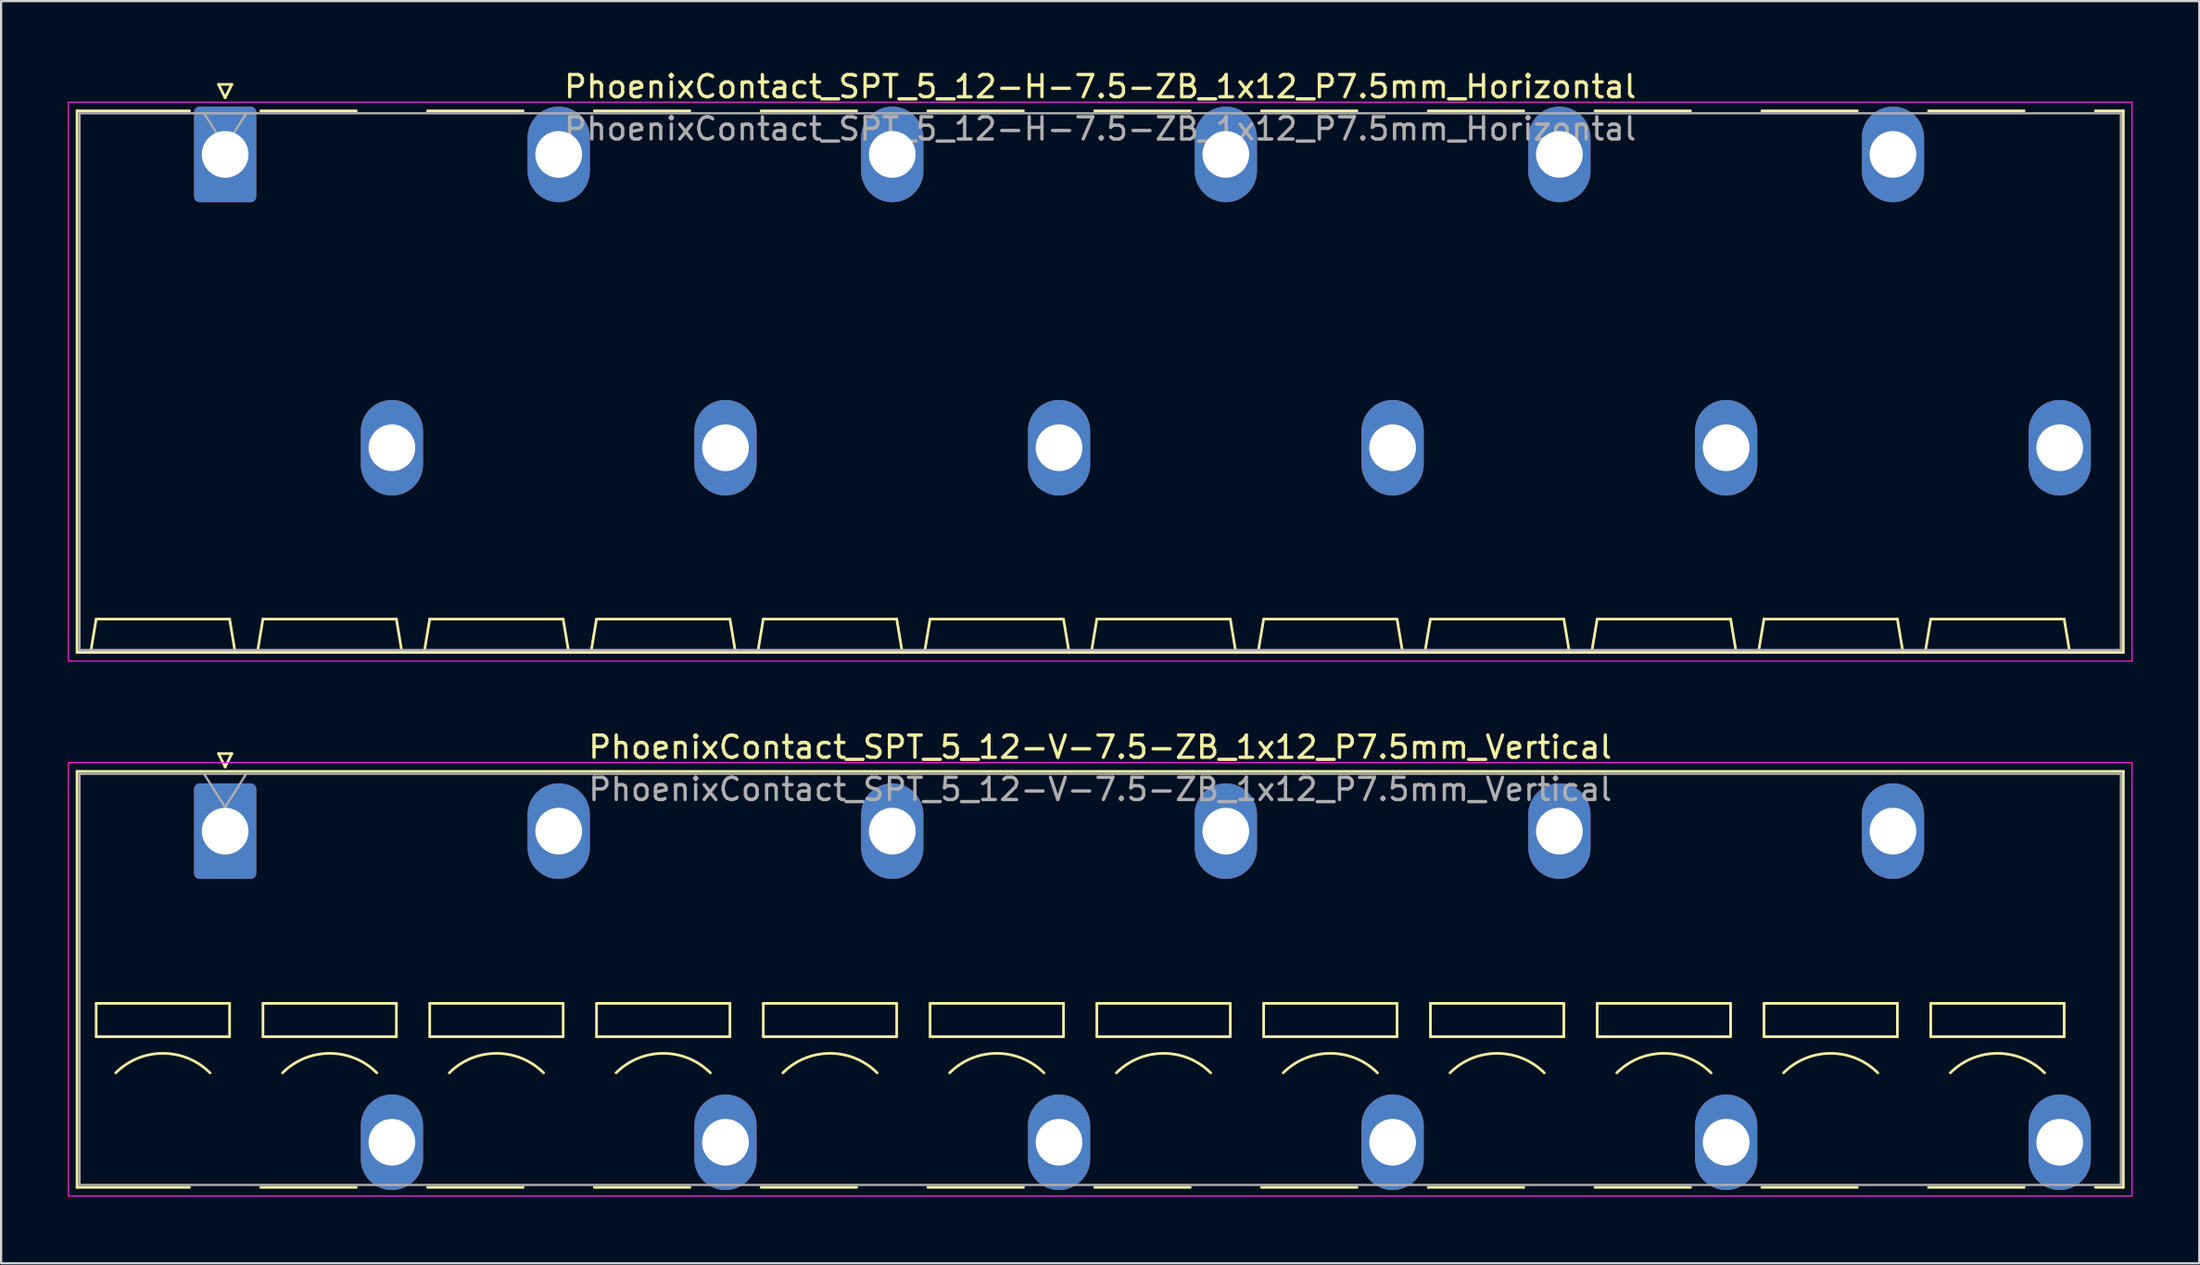
<source format=kicad_pcb>
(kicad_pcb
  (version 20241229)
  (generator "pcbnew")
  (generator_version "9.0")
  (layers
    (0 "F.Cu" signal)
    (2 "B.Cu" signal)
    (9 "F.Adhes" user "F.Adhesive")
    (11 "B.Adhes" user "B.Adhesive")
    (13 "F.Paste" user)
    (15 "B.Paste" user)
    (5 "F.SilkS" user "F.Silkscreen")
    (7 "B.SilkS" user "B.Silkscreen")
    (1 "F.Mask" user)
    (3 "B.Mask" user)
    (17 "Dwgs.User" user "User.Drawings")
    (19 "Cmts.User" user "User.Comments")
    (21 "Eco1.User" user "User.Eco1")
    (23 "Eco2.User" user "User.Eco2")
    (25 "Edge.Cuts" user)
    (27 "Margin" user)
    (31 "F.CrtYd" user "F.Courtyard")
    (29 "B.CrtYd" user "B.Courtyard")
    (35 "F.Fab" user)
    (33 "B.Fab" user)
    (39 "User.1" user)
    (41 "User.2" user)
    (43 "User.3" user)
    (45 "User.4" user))
  (footprint "PhoenixContact_SPT_5_12-H-7.5-ZB_1x12_P7.5mm_Horizontal"
    (layer "F.Cu")
    (at 7.075 3.898)
    (property "Reference" "PhoenixContact_SPT_5_12-H-7.5-ZB_1x12_P7.5mm_Horizontal" (at 39.35 -3.05 0) (layer "F.SilkS") (effects (font (size 1 1) (thickness 0.15))))
    (attr through_hole)
    (fp_line (start -6.66 -1.96) (end -1.6 -1.96) (stroke (width 0.12) (type solid)) (layer "F.SilkS"))
    (fp_line (start -6.66 22.41) (end -6.66 -1.96) (stroke (width 0.12) (type solid)) (layer "F.SilkS"))
    (fp_line (start -6.05 22.41) (end -5.8 20.91) (stroke (width 0.12) (type solid)) (layer "F.SilkS"))
    (fp_line (start -5.8 20.91) (end 0.2 20.91) (stroke (width 0.12) (type solid)) (layer "F.SilkS"))
    (fp_line (start -0.3 -3.15) (end 0 -2.55) (stroke (width 0.12) (type solid)) (layer "F.SilkS"))
    (fp_line (start -0.3 -3.15) (end 0.3 -3.15) (stroke (width 0.12) (type solid)) (layer "F.SilkS"))
    (fp_line (start 0.3 -3.15) (end 0 -2.55) (stroke (width 0.12) (type solid)) (layer "F.SilkS"))
    (fp_line (start 0.45 22.41) (end 0.2 20.91) (stroke (width 0.12) (type solid)) (layer "F.SilkS"))
    (fp_line (start 1.45 22.41) (end 1.7 20.91) (stroke (width 0.12) (type solid)) (layer "F.SilkS"))
    (fp_line (start 1.6 -1.96) (end 5.9 -1.96) (stroke (width 0.12) (type solid)) (layer "F.SilkS"))
    (fp_line (start 1.7 20.91) (end 7.7 20.91) (stroke (width 0.12) (type solid)) (layer "F.SilkS"))
    (fp_line (start 7.95 22.41) (end 7.7 20.91) (stroke (width 0.12) (type solid)) (layer "F.SilkS"))
    (fp_line (start 8.95 22.41) (end 9.2 20.91) (stroke (width 0.12) (type solid)) (layer "F.SilkS"))
    (fp_line (start 9.1 -1.96) (end 13.4 -1.96) (stroke (width 0.12) (type solid)) (layer "F.SilkS"))
    (fp_line (start 9.2 20.91) (end 15.2 20.91) (stroke (width 0.12) (type solid)) (layer "F.SilkS"))
    (fp_line (start 15.45 22.41) (end 15.2 20.91) (stroke (width 0.12) (type solid)) (layer "F.SilkS"))
    (fp_line (start 16.45 22.41) (end 16.7 20.91) (stroke (width 0.12) (type solid)) (layer "F.SilkS"))
    (fp_line (start 16.6 -1.96) (end 20.9 -1.96) (stroke (width 0.12) (type solid)) (layer "F.SilkS"))
    (fp_line (start 16.7 20.91) (end 22.7 20.91) (stroke (width 0.12) (type solid)) (layer "F.SilkS"))
    (fp_line (start 22.95 22.41) (end 22.7 20.91) (stroke (width 0.12) (type solid)) (layer "F.SilkS"))
    (fp_line (start 23.95 22.41) (end 24.2 20.91) (stroke (width 0.12) (type solid)) (layer "F.SilkS"))
    (fp_line (start 24.1 -1.96) (end 28.4 -1.96) (stroke (width 0.12) (type solid)) (layer "F.SilkS"))
    (fp_line (start 24.2 20.91) (end 30.2 20.91) (stroke (width 0.12) (type solid)) (layer "F.SilkS"))
    (fp_line (start 30.45 22.41) (end 30.2 20.91) (stroke (width 0.12) (type solid)) (layer "F.SilkS"))
    (fp_line (start 31.45 22.41) (end 31.7 20.91) (stroke (width 0.12) (type solid)) (layer "F.SilkS"))
    (fp_line (start 31.6 -1.96) (end 35.9 -1.96) (stroke (width 0.12) (type solid)) (layer "F.SilkS"))
    (fp_line (start 31.7 20.91) (end 37.7 20.91) (stroke (width 0.12) (type solid)) (layer "F.SilkS"))
    (fp_line (start 37.95 22.41) (end 37.7 20.91) (stroke (width 0.12) (type solid)) (layer "F.SilkS"))
    (fp_line (start 38.95 22.41) (end 39.2 20.91) (stroke (width 0.12) (type solid)) (layer "F.SilkS"))
    (fp_line (start 39.1 -1.96) (end 43.4 -1.96) (stroke (width 0.12) (type solid)) (layer "F.SilkS"))
    (fp_line (start 39.2 20.91) (end 45.2 20.91) (stroke (width 0.12) (type solid)) (layer "F.SilkS"))
    (fp_line (start 45.45 22.41) (end 45.2 20.91) (stroke (width 0.12) (type solid)) (layer "F.SilkS"))
    (fp_line (start 46.45 22.41) (end 46.7 20.91) (stroke (width 0.12) (type solid)) (layer "F.SilkS"))
    (fp_line (start 46.6 -1.96) (end 50.9 -1.96) (stroke (width 0.12) (type solid)) (layer "F.SilkS"))
    (fp_line (start 46.7 20.91) (end 52.7 20.91) (stroke (width 0.12) (type solid)) (layer "F.SilkS"))
    (fp_line (start 52.95 22.41) (end 52.7 20.91) (stroke (width 0.12) (type solid)) (layer "F.SilkS"))
    (fp_line (start 53.95 22.41) (end 54.2 20.91) (stroke (width 0.12) (type solid)) (layer "F.SilkS"))
    (fp_line (start 54.1 -1.96) (end 58.4 -1.96) (stroke (width 0.12) (type solid)) (layer "F.SilkS"))
    (fp_line (start 54.2 20.91) (end 60.2 20.91) (stroke (width 0.12) (type solid)) (layer "F.SilkS"))
    (fp_line (start 60.45 22.41) (end 60.2 20.91) (stroke (width 0.12) (type solid)) (layer "F.SilkS"))
    (fp_line (start 61.45 22.41) (end 61.7 20.91) (stroke (width 0.12) (type solid)) (layer "F.SilkS"))
    (fp_line (start 61.6 -1.96) (end 65.9 -1.96) (stroke (width 0.12) (type solid)) (layer "F.SilkS"))
    (fp_line (start 61.7 20.91) (end 67.7 20.91) (stroke (width 0.12) (type solid)) (layer "F.SilkS"))
    (fp_line (start 67.95 22.41) (end 67.7 20.91) (stroke (width 0.12) (type solid)) (layer "F.SilkS"))
    (fp_line (start 68.95 22.41) (end 69.2 20.91) (stroke (width 0.12) (type solid)) (layer "F.SilkS"))
    (fp_line (start 69.1 -1.96) (end 73.4 -1.96) (stroke (width 0.12) (type solid)) (layer "F.SilkS"))
    (fp_line (start 69.2 20.91) (end 75.2 20.91) (stroke (width 0.12) (type solid)) (layer "F.SilkS"))
    (fp_line (start 75.45 22.41) (end 75.2 20.91) (stroke (width 0.12) (type solid)) (layer "F.SilkS"))
    (fp_line (start 76.45 22.41) (end 76.7 20.91) (stroke (width 0.12) (type solid)) (layer "F.SilkS"))
    (fp_line (start 76.6 -1.96) (end 80.9 -1.96) (stroke (width 0.12) (type solid)) (layer "F.SilkS"))
    (fp_line (start 76.7 20.91) (end 82.7 20.91) (stroke (width 0.12) (type solid)) (layer "F.SilkS"))
    (fp_line (start 82.95 22.41) (end 82.7 20.91) (stroke (width 0.12) (type solid)) (layer "F.SilkS"))
    (fp_line (start 84.1 -1.96) (end 85.36 -1.96) (stroke (width 0.12) (type solid)) (layer "F.SilkS"))
    (fp_line (start 85.36 -1.96) (end 85.36 22.41) (stroke (width 0.12) (type solid)) (layer "F.SilkS"))
    (fp_line (start 85.36 22.41) (end -6.66 22.41) (stroke (width 0.12) (type solid)) (layer "F.SilkS"))
    (fp_line (start -7.05 -2.35) (end -7.05 22.8) (stroke (width 0.05) (type solid)) (layer "F.CrtYd"))
    (fp_line (start -7.05 22.8) (end 85.75 22.8) (stroke (width 0.05) (type solid)) (layer "F.CrtYd"))
    (fp_line (start 85.75 -2.35) (end -7.05 -2.35) (stroke (width 0.05) (type solid)) (layer "F.CrtYd"))
    (fp_line (start 85.75 22.8) (end 85.75 -2.35) (stroke (width 0.05) (type solid)) (layer "F.CrtYd"))
    (fp_line (start -6.55 -1.85) (end -6.55 22.3) (stroke (width 0.1) (type solid)) (layer "F.Fab"))
    (fp_line (start -6.55 22.3) (end 85.25 22.3) (stroke (width 0.1) (type solid)) (layer "F.Fab"))
    (fp_line (start -0.95 -1.85) (end 0 -0.35) (stroke (width 0.1) (type solid)) (layer "F.Fab"))
    (fp_line (start 0.95 -1.85) (end 0 -0.35) (stroke (width 0.1) (type solid)) (layer "F.Fab"))
    (fp_line (start 85.25 -1.85) (end -6.55 -1.85) (stroke (width 0.1) (type solid)) (layer "F.Fab"))
    (fp_line (start 85.25 22.3) (end 85.25 -1.85) (stroke (width 0.1) (type solid)) (layer "F.Fab"))
    (fp_text user "${REFERENCE}" (at 39.35 -1.15 0) (layer "F.Fab") (effects (font (size 1 1) (thickness 0.15))))
    (pad "1" thru_hole roundrect (at 0 0) (size 2.8 4.3) (drill 2.1) (layers "*.Cu" "*.Mask") (roundrect_rratio 0.089))
    (pad "2" thru_hole oval (at 7.5 13.2) (size 2.8 4.3) (drill 2.1) (layers "*.Cu" "*.Mask"))
    (pad "3" thru_hole oval (at 15 0) (size 2.8 4.3) (drill 2.1) (layers "*.Cu" "*.Mask"))
    (pad "4" thru_hole oval (at 22.5 13.2) (size 2.8 4.3) (drill 2.1) (layers "*.Cu" "*.Mask"))
    (pad "5" thru_hole oval (at 30 0) (size 2.8 4.3) (drill 2.1) (layers "*.Cu" "*.Mask"))
    (pad "6" thru_hole oval (at 37.5 13.2) (size 2.8 4.3) (drill 2.1) (layers "*.Cu" "*.Mask"))
    (pad "7" thru_hole oval (at 45 0) (size 2.8 4.3) (drill 2.1) (layers "*.Cu" "*.Mask"))
    (pad "8" thru_hole oval (at 52.5 13.2) (size 2.8 4.3) (drill 2.1) (layers "*.Cu" "*.Mask"))
    (pad "9" thru_hole oval (at 60 0) (size 2.8 4.3) (drill 2.1) (layers "*.Cu" "*.Mask"))
    (pad "10" thru_hole oval (at 67.5 13.2) (size 2.8 4.3) (drill 2.1) (layers "*.Cu" "*.Mask"))
    (pad "11" thru_hole oval (at 75 0) (size 2.8 4.3) (drill 2.1) (layers "*.Cu" "*.Mask"))
    (pad "12" thru_hole oval (at 82.5 13.2) (size 2.8 4.3) (drill 2.1) (layers "*.Cu" "*.Mask")))
  (footprint "PhoenixContact_SPT_5_12-V-7.5-ZB_1x12_P7.5mm_Vertical"
    (layer "F.Cu")
    (at 7.075 34.352)
    (property "Reference" "PhoenixContact_SPT_5_12-V-7.5-ZB_1x12_P7.5mm_Vertical" (at 39.35 -3.78 0) (layer "F.SilkS") (effects (font (size 1 1) (thickness 0.15))))
    (attr through_hole)
    (fp_line (start -6.66 -2.69) (end 85.36 -2.69) (stroke (width 0.12) (type solid)) (layer "F.SilkS"))
    (fp_line (start -6.66 16.03) (end -6.66 -2.69) (stroke (width 0.12) (type solid)) (layer "F.SilkS"))
    (fp_line (start -6.66 16.03) (end -1.6 16.03) (stroke (width 0.12) (type solid)) (layer "F.SilkS"))
    (fp_line (start -5.8 7.75) (end -5.8 9.25) (stroke (width 0.12) (type solid)) (layer "F.SilkS"))
    (fp_line (start -5.8 9.25) (end 0.2 9.25) (stroke (width 0.12) (type solid)) (layer "F.SilkS"))
    (fp_line (start -0.3 -3.49) (end 0 -2.89) (stroke (width 0.12) (type solid)) (layer "F.SilkS"))
    (fp_line (start -0.3 -3.49) (end 0.3 -3.49) (stroke (width 0.12) (type solid)) (layer "F.SilkS"))
    (fp_line (start 0.2 7.75) (end -5.8 7.75) (stroke (width 0.12) (type solid)) (layer "F.SilkS"))
    (fp_line (start 0.2 9.25) (end 0.2 7.75) (stroke (width 0.12) (type solid)) (layer "F.SilkS"))
    (fp_line (start 0.3 -3.49) (end 0 -2.89) (stroke (width 0.12) (type solid)) (layer "F.SilkS"))
    (fp_line (start 1.6 16.03) (end 5.9 16.03) (stroke (width 0.12) (type solid)) (layer "F.SilkS"))
    (fp_line (start 1.7 7.75) (end 1.7 9.25) (stroke (width 0.12) (type solid)) (layer "F.SilkS"))
    (fp_line (start 1.7 9.25) (end 7.7 9.25) (stroke (width 0.12) (type solid)) (layer "F.SilkS"))
    (fp_line (start 7.7 7.75) (end 1.7 7.75) (stroke (width 0.12) (type solid)) (layer "F.SilkS"))
    (fp_line (start 7.7 9.25) (end 7.7 7.75) (stroke (width 0.12) (type solid)) (layer "F.SilkS"))
    (fp_line (start 9.1 16.03) (end 13.4 16.03) (stroke (width 0.12) (type solid)) (layer "F.SilkS"))
    (fp_line (start 9.2 7.75) (end 9.2 9.25) (stroke (width 0.12) (type solid)) (layer "F.SilkS"))
    (fp_line (start 9.2 9.25) (end 15.2 9.25) (stroke (width 0.12) (type solid)) (layer "F.SilkS"))
    (fp_line (start 15.2 7.75) (end 9.2 7.75) (stroke (width 0.12) (type solid)) (layer "F.SilkS"))
    (fp_line (start 15.2 9.25) (end 15.2 7.75) (stroke (width 0.12) (type solid)) (layer "F.SilkS"))
    (fp_line (start 16.6 16.03) (end 20.9 16.03) (stroke (width 0.12) (type solid)) (layer "F.SilkS"))
    (fp_line (start 16.7 7.75) (end 16.7 9.25) (stroke (width 0.12) (type solid)) (layer "F.SilkS"))
    (fp_line (start 16.7 9.25) (end 22.7 9.25) (stroke (width 0.12) (type solid)) (layer "F.SilkS"))
    (fp_line (start 22.7 7.75) (end 16.7 7.75) (stroke (width 0.12) (type solid)) (layer "F.SilkS"))
    (fp_line (start 22.7 9.25) (end 22.7 7.75) (stroke (width 0.12) (type solid)) (layer "F.SilkS"))
    (fp_line (start 24.1 16.03) (end 28.4 16.03) (stroke (width 0.12) (type solid)) (layer "F.SilkS"))
    (fp_line (start 24.2 7.75) (end 24.2 9.25) (stroke (width 0.12) (type solid)) (layer "F.SilkS"))
    (fp_line (start 24.2 9.25) (end 30.2 9.25) (stroke (width 0.12) (type solid)) (layer "F.SilkS"))
    (fp_line (start 30.2 7.75) (end 24.2 7.75) (stroke (width 0.12) (type solid)) (layer "F.SilkS"))
    (fp_line (start 30.2 9.25) (end 30.2 7.75) (stroke (width 0.12) (type solid)) (layer "F.SilkS"))
    (fp_line (start 31.6 16.03) (end 35.9 16.03) (stroke (width 0.12) (type solid)) (layer "F.SilkS"))
    (fp_line (start 31.7 7.75) (end 31.7 9.25) (stroke (width 0.12) (type solid)) (layer "F.SilkS"))
    (fp_line (start 31.7 9.25) (end 37.7 9.25) (stroke (width 0.12) (type solid)) (layer "F.SilkS"))
    (fp_line (start 37.7 7.75) (end 31.7 7.75) (stroke (width 0.12) (type solid)) (layer "F.SilkS"))
    (fp_line (start 37.7 9.25) (end 37.7 7.75) (stroke (width 0.12) (type solid)) (layer "F.SilkS"))
    (fp_line (start 39.1 16.03) (end 43.4 16.03) (stroke (width 0.12) (type solid)) (layer "F.SilkS"))
    (fp_line (start 39.2 7.75) (end 39.2 9.25) (stroke (width 0.12) (type solid)) (layer "F.SilkS"))
    (fp_line (start 39.2 9.25) (end 45.2 9.25) (stroke (width 0.12) (type solid)) (layer "F.SilkS"))
    (fp_line (start 45.2 7.75) (end 39.2 7.75) (stroke (width 0.12) (type solid)) (layer "F.SilkS"))
    (fp_line (start 45.2 9.25) (end 45.2 7.75) (stroke (width 0.12) (type solid)) (layer "F.SilkS"))
    (fp_line (start 46.6 16.03) (end 50.9 16.03) (stroke (width 0.12) (type solid)) (layer "F.SilkS"))
    (fp_line (start 46.7 7.75) (end 46.7 9.25) (stroke (width 0.12) (type solid)) (layer "F.SilkS"))
    (fp_line (start 46.7 9.25) (end 52.7 9.25) (stroke (width 0.12) (type solid)) (layer "F.SilkS"))
    (fp_line (start 52.7 7.75) (end 46.7 7.75) (stroke (width 0.12) (type solid)) (layer "F.SilkS"))
    (fp_line (start 52.7 9.25) (end 52.7 7.75) (stroke (width 0.12) (type solid)) (layer "F.SilkS"))
    (fp_line (start 54.1 16.03) (end 58.4 16.03) (stroke (width 0.12) (type solid)) (layer "F.SilkS"))
    (fp_line (start 54.2 7.75) (end 54.2 9.25) (stroke (width 0.12) (type solid)) (layer "F.SilkS"))
    (fp_line (start 54.2 9.25) (end 60.2 9.25) (stroke (width 0.12) (type solid)) (layer "F.SilkS"))
    (fp_line (start 60.2 7.75) (end 54.2 7.75) (stroke (width 0.12) (type solid)) (layer "F.SilkS"))
    (fp_line (start 60.2 9.25) (end 60.2 7.75) (stroke (width 0.12) (type solid)) (layer "F.SilkS"))
    (fp_line (start 61.6 16.03) (end 65.9 16.03) (stroke (width 0.12) (type solid)) (layer "F.SilkS"))
    (fp_line (start 61.7 7.75) (end 61.7 9.25) (stroke (width 0.12) (type solid)) (layer "F.SilkS"))
    (fp_line (start 61.7 9.25) (end 67.7 9.25) (stroke (width 0.12) (type solid)) (layer "F.SilkS"))
    (fp_line (start 67.7 7.75) (end 61.7 7.75) (stroke (width 0.12) (type solid)) (layer "F.SilkS"))
    (fp_line (start 67.7 9.25) (end 67.7 7.75) (stroke (width 0.12) (type solid)) (layer "F.SilkS"))
    (fp_line (start 69.1 16.03) (end 73.4 16.03) (stroke (width 0.12) (type solid)) (layer "F.SilkS"))
    (fp_line (start 69.2 7.75) (end 69.2 9.25) (stroke (width 0.12) (type solid)) (layer "F.SilkS"))
    (fp_line (start 69.2 9.25) (end 75.2 9.25) (stroke (width 0.12) (type solid)) (layer "F.SilkS"))
    (fp_line (start 75.2 7.75) (end 69.2 7.75) (stroke (width 0.12) (type solid)) (layer "F.SilkS"))
    (fp_line (start 75.2 9.25) (end 75.2 7.75) (stroke (width 0.12) (type solid)) (layer "F.SilkS"))
    (fp_line (start 76.6 16.03) (end 80.9 16.03) (stroke (width 0.12) (type solid)) (layer "F.SilkS"))
    (fp_line (start 76.7 7.75) (end 76.7 9.25) (stroke (width 0.12) (type solid)) (layer "F.SilkS"))
    (fp_line (start 76.7 9.25) (end 82.7 9.25) (stroke (width 0.12) (type solid)) (layer "F.SilkS"))
    (fp_line (start 82.7 7.75) (end 76.7 7.75) (stroke (width 0.12) (type solid)) (layer "F.SilkS"))
    (fp_line (start 82.7 9.25) (end 82.7 7.75) (stroke (width 0.12) (type solid)) (layer "F.SilkS"))
    (fp_line (start 84.1 16.03) (end 85.36 16.03) (stroke (width 0.12) (type solid)) (layer "F.SilkS"))
    (fp_line (start 85.36 -2.69) (end 85.36 16.03) (stroke (width 0.12) (type solid)) (layer "F.SilkS"))
    (fp_arc (start -4.92132 10.87868) (mid -2.8 10) (end -0.67868 10.87868) (stroke (width 0.12) (type solid)) (layer "F.SilkS"))
    (fp_arc (start 2.57868 10.87868) (mid 4.7 10) (end 6.82132 10.87868) (stroke (width 0.12) (type solid)) (layer "F.SilkS"))
    (fp_arc (start 10.07868 10.87868) (mid 12.2 10) (end 14.32132 10.87868) (stroke (width 0.12) (type solid)) (layer "F.SilkS"))
    (fp_arc (start 17.57868 10.87868) (mid 19.7 10) (end 21.82132 10.87868) (stroke (width 0.12) (type solid)) (layer "F.SilkS"))
    (fp_arc (start 25.07868 10.87868) (mid 27.2 10) (end 29.32132 10.87868) (stroke (width 0.12) (type solid)) (layer "F.SilkS"))
    (fp_arc (start 32.57868 10.87868) (mid 34.7 10) (end 36.82132 10.87868) (stroke (width 0.12) (type solid)) (layer "F.SilkS"))
    (fp_arc (start 40.07868 10.87868) (mid 42.2 10) (end 44.32132 10.87868) (stroke (width 0.12) (type solid)) (layer "F.SilkS"))
    (fp_arc (start 47.57868 10.87868) (mid 49.7 10) (end 51.82132 10.87868) (stroke (width 0.12) (type solid)) (layer "F.SilkS"))
    (fp_arc (start 55.07868 10.87868) (mid 57.2 10) (end 59.32132 10.87868) (stroke (width 0.12) (type solid)) (layer "F.SilkS"))
    (fp_arc (start 62.57868 10.87868) (mid 64.7 10) (end 66.82132 10.87868) (stroke (width 0.12) (type solid)) (layer "F.SilkS"))
    (fp_arc (start 70.07868 10.87868) (mid 72.2 10) (end 74.32132 10.87868) (stroke (width 0.12) (type solid)) (layer "F.SilkS"))
    (fp_arc (start 77.57868 10.87868) (mid 79.7 10) (end 81.82132 10.87868) (stroke (width 0.12) (type solid)) (layer "F.SilkS"))
    (fp_line (start -7.05 -3.08) (end -7.05 16.42) (stroke (width 0.05) (type solid)) (layer "F.CrtYd"))
    (fp_line (start -7.05 16.42) (end 85.75 16.42) (stroke (width 0.05) (type solid)) (layer "F.CrtYd"))
    (fp_line (start 85.75 -3.08) (end -7.05 -3.08) (stroke (width 0.05) (type solid)) (layer "F.CrtYd"))
    (fp_line (start 85.75 16.42) (end 85.75 -3.08) (stroke (width 0.05) (type solid)) (layer "F.CrtYd"))
    (fp_line (start -6.55 -2.58) (end -6.55 15.92) (stroke (width 0.1) (type solid)) (layer "F.Fab"))
    (fp_line (start -6.55 15.92) (end 85.25 15.92) (stroke (width 0.1) (type solid)) (layer "F.Fab"))
    (fp_line (start -0.95 -2.58) (end 0 -1.08) (stroke (width 0.1) (type solid)) (layer "F.Fab"))
    (fp_line (start 0.95 -2.58) (end 0 -1.08) (stroke (width 0.1) (type solid)) (layer "F.Fab"))
    (fp_line (start 85.25 -2.58) (end -6.55 -2.58) (stroke (width 0.1) (type solid)) (layer "F.Fab"))
    (fp_line (start 85.25 15.92) (end 85.25 -2.58) (stroke (width 0.1) (type solid)) (layer "F.Fab"))
    (fp_text user "${REFERENCE}" (at 39.35 -1.88 0) (layer "F.Fab") (effects (font (size 1 1) (thickness 0.15))))
    (pad "1" thru_hole roundrect (at 0 0) (size 2.8 4.3) (drill 2.1) (layers "*.Cu" "*.Mask") (roundrect_rratio 0.089))
    (pad "2" thru_hole oval (at 7.5 14) (size 2.8 4.3) (drill 2.1) (layers "*.Cu" "*.Mask"))
    (pad "3" thru_hole oval (at 15 0) (size 2.8 4.3) (drill 2.1) (layers "*.Cu" "*.Mask"))
    (pad "4" thru_hole oval (at 22.5 14) (size 2.8 4.3) (drill 2.1) (layers "*.Cu" "*.Mask"))
    (pad "5" thru_hole oval (at 30 0) (size 2.8 4.3) (drill 2.1) (layers "*.Cu" "*.Mask"))
    (pad "6" thru_hole oval (at 37.5 14) (size 2.8 4.3) (drill 2.1) (layers "*.Cu" "*.Mask"))
    (pad "7" thru_hole oval (at 45 0) (size 2.8 4.3) (drill 2.1) (layers "*.Cu" "*.Mask"))
    (pad "8" thru_hole oval (at 52.5 14) (size 2.8 4.3) (drill 2.1) (layers "*.Cu" "*.Mask"))
    (pad "9" thru_hole oval (at 60 0) (size 2.8 4.3) (drill 2.1) (layers "*.Cu" "*.Mask"))
    (pad "10" thru_hole oval (at 67.5 14) (size 2.8 4.3) (drill 2.1) (layers "*.Cu" "*.Mask"))
    (pad "11" thru_hole oval (at 75 0) (size 2.8 4.3) (drill 2.1) (layers "*.Cu" "*.Mask"))
    (pad "12" thru_hole oval (at 82.5 14) (size 2.8 4.3) (drill 2.1) (layers "*.Cu" "*.Mask")))
  (gr_rect
    (start -3 -3)
    (end 95.85 53.797)
    (stroke (width 0.1) (type default))
    (fill no)
    (layer "Edge.Cuts")))
</source>
